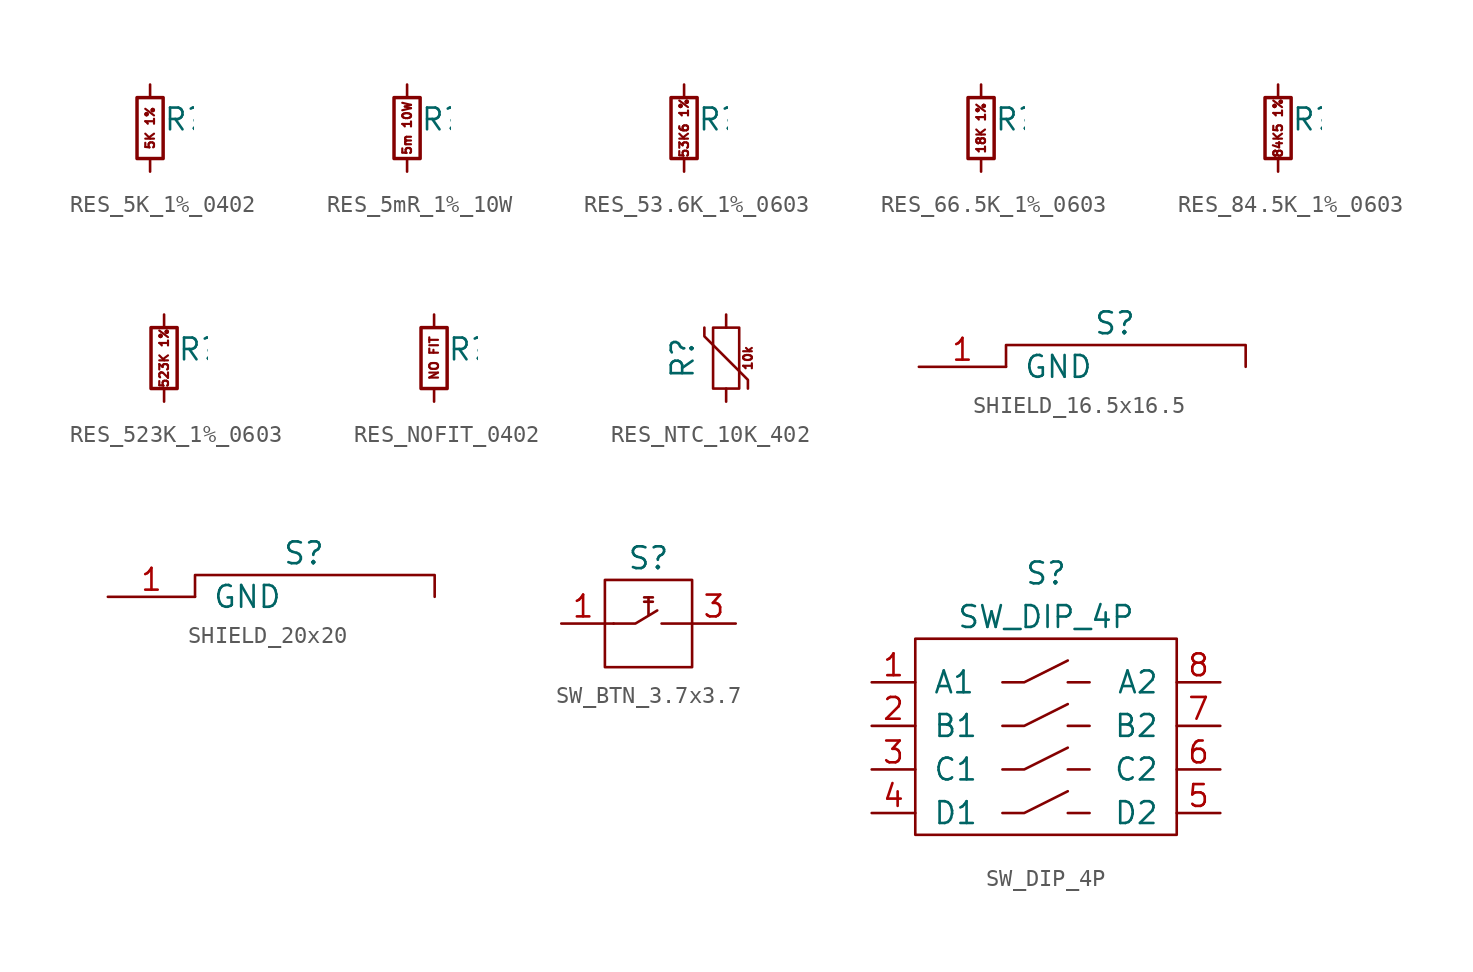
<source format=kicad_sym>
(kicad_symbol_lib
  (version 20211014)
  (generator kicad_symbol_editor)
  (symbol "RES_5K_1%_0402"
    (pin_numbers hide)
    (pin_names
      (offset 0.254) hide)
    (property "Reference" "R"
      (at 0.762 0.508 0)
      (effects (font (size 1.27 1.27)) (justify left)))
    (symbol "RES_5K_1%_0402_0_0"
      (text "5K 1%" (at 0 0 900) (effects (font (size 0.508 0.508)))))
    (symbol "RES_5K_1%_0402_0_1"
      (rectangle (start -0.762 1.778) (end 0.762 -1.778) (stroke (width 0.203) (type default) (color 0 0 0 0)) (fill (type none))))
    (symbol "RES_5K_1%_0402_1_1"
      (pin passive line (at 0 2.54 270) (length 0.762) (name "~" (effects (font (size 1.27 1.27)))) (number "1" (effects (font (size 1.27 1.27)))))
      (pin passive line (at 0 -2.54 90) (length 0.762) (name "~" (effects (font (size 1.27 1.27)))) (number "2" (effects (font (size 1.27 1.27)))))))
  (symbol "RES_5mR_1%_10W"
    (pin_numbers hide)
    (pin_names
      (offset 0.254) hide)
    (property "Reference" "R"
      (at 0.762 0.508 0)
      (effects (font (size 1.27 1.27)) (justify left)))
    (symbol "RES_5mR_1%_10W_0_0"
      (text "5m 10W" (at 0 0 900) (effects (font (size 0.508 0.508)))))
    (symbol "RES_5mR_1%_10W_0_1"
      (rectangle (start -0.762 1.778) (end 0.762 -1.778) (stroke (width 0.203) (type default) (color 0 0 0 0)) (fill (type none))))
    (symbol "RES_5mR_1%_10W_1_1"
      (pin passive line (at 0 2.54 270) (length 0.762) (name "~" (effects (font (size 1.27 1.27)))) (number "1" (effects (font (size 1.27 1.27)))))
      (pin passive line (at 0 -2.54 90) (length 0.762) (name "~" (effects (font (size 1.27 1.27)))) (number "2" (effects (font (size 1.27 1.27)))))))
  (symbol "RES_53.6K_1%_0603"
    (pin_numbers hide)
    (pin_names
      (offset 0.254) hide)
    (property "Reference" "R"
      (at 0.762 0.508 0)
      (effects (font (size 1.27 1.27)) (justify left)))
    (symbol "RES_53.6K_1%_0603_0_0"
      (text "53K6 1%" (at 0 0 900) (effects (font (size 0.508 0.508)))))
    (symbol "RES_53.6K_1%_0603_0_1"
      (rectangle (start -0.762 1.778) (end 0.762 -1.778) (stroke (width 0.203) (type default) (color 0 0 0 0)) (fill (type none))))
    (symbol "RES_53.6K_1%_0603_1_1"
      (pin passive line (at 0 2.54 270) (length 0.762) (name "~" (effects (font (size 1.27 1.27)))) (number "1" (effects (font (size 1.27 1.27)))))
      (pin passive line (at 0 -2.54 90) (length 0.762) (name "~" (effects (font (size 1.27 1.27)))) (number "2" (effects (font (size 1.27 1.27)))))))
  (symbol "RES_66.5K_1%_0603"
    (pin_numbers hide)
    (pin_names
      (offset 0.254) hide)
    (property "Reference" "R"
      (at 0.762 0.508 0)
      (effects (font (size 1.27 1.27)) (justify left)))
    (symbol "RES_66.5K_1%_0603_0_0"
      (text "18K 1%" (at 0 0 900) (effects (font (size 0.508 0.508)))))
    (symbol "RES_66.5K_1%_0603_0_1"
      (rectangle (start -0.762 1.778) (end 0.762 -1.778) (stroke (width 0.203) (type default) (color 0 0 0 0)) (fill (type none))))
    (symbol "RES_66.5K_1%_0603_1_1"
      (pin passive line (at 0 2.54 270) (length 0.762) (name "~" (effects (font (size 1.27 1.27)))) (number "1" (effects (font (size 1.27 1.27)))))
      (pin passive line (at 0 -2.54 90) (length 0.762) (name "~" (effects (font (size 1.27 1.27)))) (number "2" (effects (font (size 1.27 1.27)))))))
  (symbol "RES_84.5K_1%_0603"
    (pin_numbers hide)
    (pin_names
      (offset 0.254) hide)
    (property "Reference" "R"
      (at 0.762 0.508 0)
      (effects (font (size 1.27 1.27)) (justify left)))
    (symbol "RES_84.5K_1%_0603_0_0"
      (text "84K5 1%" (at 0 0 900) (effects (font (size 0.508 0.508)))))
    (symbol "RES_84.5K_1%_0603_0_1"
      (rectangle (start -0.762 1.778) (end 0.762 -1.778) (stroke (width 0.203) (type default) (color 0 0 0 0)) (fill (type none))))
    (symbol "RES_84.5K_1%_0603_1_1"
      (pin passive line (at 0 2.54 270) (length 0.762) (name "~" (effects (font (size 1.27 1.27)))) (number "1" (effects (font (size 1.27 1.27)))))
      (pin passive line (at 0 -2.54 90) (length 0.762) (name "~" (effects (font (size 1.27 1.27)))) (number "2" (effects (font (size 1.27 1.27)))))))
  (symbol "RES_523K_1%_0603"
    (pin_numbers hide)
    (pin_names
      (offset 0.254) hide)
    (property "Reference" "R"
      (at 0.762 0.508 0)
      (effects (font (size 1.27 1.27)) (justify left)))
    (symbol "RES_523K_1%_0603_0_0"
      (text "523K 1%" (at 0 0 900) (effects (font (size 0.508 0.508)))))
    (symbol "RES_523K_1%_0603_0_1"
      (rectangle (start -0.762 1.778) (end 0.762 -1.778) (stroke (width 0.203) (type default) (color 0 0 0 0)) (fill (type none))))
    (symbol "RES_523K_1%_0603_1_1"
      (pin passive line (at 0 2.54 270) (length 0.762) (name "~" (effects (font (size 1.27 1.27)))) (number "1" (effects (font (size 1.27 1.27)))))
      (pin passive line (at 0 -2.54 90) (length 0.762) (name "~" (effects (font (size 1.27 1.27)))) (number "2" (effects (font (size 1.27 1.27)))))))
  (symbol "RES_NOFIT_0402"
    (pin_numbers hide)
    (pin_names
      (offset 0.254) hide)
    (property "Reference" "R"
      (at 0.762 0.508 0)
      (effects (font (size 1.27 1.27)) (justify left)))
    (symbol "RES_NOFIT_0402_0_0"
      (text "NO FIT" (at 0 0 900) (effects (font (size 0.508 0.508)))))
    (symbol "RES_NOFIT_0402_0_1"
      (rectangle (start -0.762 1.778) (end 0.762 -1.778) (stroke (width 0.203) (type default) (color 0 0 0 0)) (fill (type none))))
    (symbol "RES_NOFIT_0402_1_1"
      (pin passive line (at 0 2.54 270) (length 0.762) (name "~" (effects (font (size 1.27 1.27)))) (number "1" (effects (font (size 1.27 1.27)))))
      (pin passive line (at 0 -2.54 90) (length 0.762) (name "~" (effects (font (size 1.27 1.27)))) (number "2" (effects (font (size 1.27 1.27)))))))
  (symbol "RES_NTC_10K_402"
    (pin_numbers hide)
    (pin_names
      (offset 0))
    (property "Reference" "R"
      (at -2.54 0 90)
      (effects (font (size 1.27 1.27))))
    (symbol "RES_NTC_10K_402_0_0"
      (text "10k" (at 1.27 0 900) (effects (font (size 0.508 0.508)))))
    (symbol "RES_NTC_10K_402_0_1"
      (polyline (pts (xy -1.27 1.778) (xy -1.27 1.27) (xy 1.27 -1.27) (xy 1.27 -1.778)) (stroke (width 0) (type default) (color 0 0 0 0)) (fill (type none)))
      (polyline (pts (xy -0.762 1.778) (xy 0.762 1.778) (xy 0.762 -1.778) (xy -0.762 -1.778) (xy -0.762 1.778)) (stroke (width 0) (type default) (color 0 0 0 0)) (fill (type none))))
    (symbol "RES_NTC_10K_402_1_1"
      (pin passive line (at 0 2.54 270) (length 0.762) (name "~" (effects (font (size 1.27 1.27)))) (number "1" (effects (font (size 1.27 1.27)))))
      (pin passive line (at 0 -2.54 90) (length 0.762) (name "~" (effects (font (size 1.27 1.27)))) (number "2" (effects (font (size 1.27 1.27)))))))
  (symbol "SHIELD_16.5x16.5"
    (pin_names
      (offset 1.016))
    (property "Reference" "S"
      (at 0 2.54 0)
      (effects (font (size 1.27 1.27))))
    (symbol "SHIELD_16.5x16.5_0_1"
      (polyline (pts (xy -6.35 0) (xy -6.35 1.27) (xy 7.62 1.27) (xy 7.62 0)) (stroke (width 0) (type default) (color 0 0 0 0)) (fill (type none))))
    (symbol "SHIELD_16.5x16.5_1_1"
      (pin power_in line (at -11.43 0 0) (length 5.08) (name "GND" (effects (font (size 1.27 1.27)))) (number "1" (effects (font (size 1.27 1.27)))))))
  (symbol "SHIELD_20x20"
    (pin_names
      (offset 1.016))
    (property "Reference" "S"
      (at 0 2.54 0)
      (effects (font (size 1.27 1.27))))
    (symbol "SHIELD_20x20_0_1"
      (polyline (pts (xy -6.35 0) (xy -6.35 1.27) (xy 7.62 1.27) (xy 7.62 0)) (stroke (width 0) (type default) (color 0 0 0 0)) (fill (type none))))
    (symbol "SHIELD_20x20_1_1"
      (pin power_in line (at -11.43 0 0) (length 5.08) (name "GND" (effects (font (size 1.27 1.27)))) (number "1" (effects (font (size 1.27 1.27)))))))
  (symbol "SW_BTN_3.7x3.7"
    (pin_names
      (offset 1.016) hide)
    (property "Reference" "S"
      (at 0 3.81 0)
      (effects (font (size 1.27 1.27))))
    (symbol "SW_BTN_3.7x3.7_0_1"
      (rectangle (start -2.54 2.54) (end 2.54 -2.54) (stroke (width 0) (type default) (color 0 0 0 0)) (fill (type none)))
      (polyline (pts (xy -2.032 0) (xy -2.54 0)) (stroke (width 0) (type default) (color 0 0 0 0)) (fill (type none)))
      (polyline (pts (xy -0.254 1.27) (xy 0.254 1.27)) (stroke (width 0) (type default) (color 0 0 0 0)) (fill (type none)))
      (polyline (pts (xy -0.254 1.524) (xy 0.254 1.524)) (stroke (width 0) (type default) (color 0 0 0 0)) (fill (type none)))
      (polyline (pts (xy 0 0.508) (xy 0 1.27)) (stroke (width 0) (type default) (color 0 0 0 0)) (fill (type none)))
      (polyline (pts (xy 0 1.524) (xy 0 1.27)) (stroke (width 0) (type default) (color 0 0 0 0)) (fill (type none)))
      (polyline (pts (xy 0.762 0) (xy 2.54 0)) (stroke (width 0) (type default) (color 0 0 0 0)) (fill (type none)))
      (polyline (pts (xy -2.032 0) (xy -0.762 0) (xy 0.508 0.762)) (stroke (width 0) (type default) (color 0 0 0 0)) (fill (type none))))
    (symbol "SW_BTN_3.7x3.7_1_1"
      (pin passive line (at -5.08 0 0) (length 2.54) (name "A1" (effects (font (size 1.27 1.27)))) (number "1" (effects (font (size 1.27 1.27)))))
      (pin passive line (at -5.08 0 0) (length 2.54) hide (name "B1" (effects (font (size 1.27 1.27)))) (number "2" (effects (font (size 1.27 1.27)))))
      (pin passive line (at 5.08 0 180) (length 2.54) (name "B2" (effects (font (size 1.27 1.27)))) (number "3" (effects (font (size 1.27 1.27)))))
      (pin passive line (at 5.08 0 180) (length 2.54) hide (name "A2" (effects (font (size 1.27 1.27)))) (number "4" (effects (font (size 1.27 1.27)))))))
  (symbol "SW_DIP_4P"
    (pin_names
      (offset 1.016))
    (property "Reference" "S"
      (at 0 10.16 0)
      (effects (font (size 1.27 1.27))))
    (property "Value" "SW_DIP_4P"
      (at 0 7.62 0)
      (effects (font (size 1.27 1.27))))
    (symbol "SW_DIP_4P_0_1"
      (rectangle (start -7.62 6.35) (end 7.62 -5.08) (stroke (width 0) (type default) (color 0 0 0 0)) (fill (type none)))
      (polyline (pts (xy 1.27 -3.81) (xy 2.54 -3.81)) (stroke (width 0) (type default) (color 0 0 0 0)) (fill (type none)))
      (polyline (pts (xy 1.27 -1.27) (xy 2.54 -1.27)) (stroke (width 0) (type default) (color 0 0 0 0)) (fill (type none)))
      (polyline (pts (xy 1.27 3.81) (xy 2.54 3.81)) (stroke (width 0) (type default) (color 0 0 0 0)) (fill (type none)))
      (polyline (pts (xy 2.54 1.27) (xy 1.27 1.27)) (stroke (width 0) (type default) (color 0 0 0 0)) (fill (type none)))
      (polyline (pts (xy -2.54 -3.81) (xy -1.27 -3.81) (xy 1.27 -2.54)) (stroke (width 0) (type default) (color 0 0 0 0)) (fill (type none)))
      (polyline (pts (xy -2.54 -1.27) (xy -1.27 -1.27) (xy 1.27 0)) (stroke (width 0) (type default) (color 0 0 0 0)) (fill (type none)))
      (polyline (pts (xy -2.54 1.27) (xy -1.27 1.27) (xy 1.27 2.54)) (stroke (width 0) (type default) (color 0 0 0 0)) (fill (type none)))
      (polyline (pts (xy -2.54 3.81) (xy -1.27 3.81) (xy 1.27 5.08)) (stroke (width 0) (type default) (color 0 0 0 0)) (fill (type none))))
    (symbol "SW_DIP_4P_1_1"
      (pin passive line (at -10.16 3.81 0) (length 2.54) (name "A1" (effects (font (size 1.27 1.27)))) (number "1" (effects (font (size 1.27 1.27)))))
      (pin passive line (at -10.16 1.27 0) (length 2.54) (name "B1" (effects (font (size 1.27 1.27)))) (number "2" (effects (font (size 1.27 1.27)))))
      (pin passive line (at -10.16 -1.27 0) (length 2.54) (name "C1" (effects (font (size 1.27 1.27)))) (number "3" (effects (font (size 1.27 1.27)))))
      (pin passive line (at -10.16 -3.81 0) (length 2.54) (name "D1" (effects (font (size 1.27 1.27)))) (number "4" (effects (font (size 1.27 1.27)))))
      (pin passive line (at 10.16 -3.81 180) (length 2.54) (name "D2" (effects (font (size 1.27 1.27)))) (number "5" (effects (font (size 1.27 1.27)))))
      (pin passive line (at 10.16 -1.27 180) (length 2.54) (name "C2" (effects (font (size 1.27 1.27)))) (number "6" (effects (font (size 1.27 1.27)))))
      (pin passive line (at 10.16 1.27 180) (length 2.54) (name "B2" (effects (font (size 1.27 1.27)))) (number "7" (effects (font (size 1.27 1.27)))))
      (pin passive line (at 10.16 3.81 180) (length 2.54) (name "A2" (effects (font (size 1.27 1.27)))) (number "8" (effects (font (size 1.27 1.27))))))))
</source>
